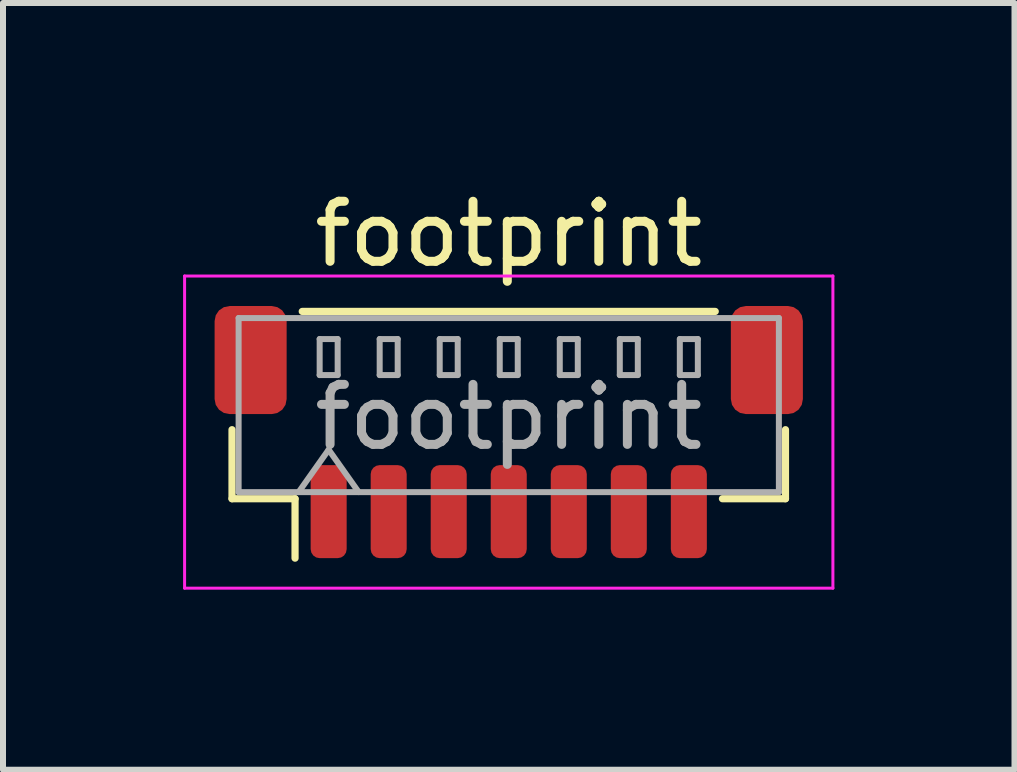
<source format=kicad_pcb>
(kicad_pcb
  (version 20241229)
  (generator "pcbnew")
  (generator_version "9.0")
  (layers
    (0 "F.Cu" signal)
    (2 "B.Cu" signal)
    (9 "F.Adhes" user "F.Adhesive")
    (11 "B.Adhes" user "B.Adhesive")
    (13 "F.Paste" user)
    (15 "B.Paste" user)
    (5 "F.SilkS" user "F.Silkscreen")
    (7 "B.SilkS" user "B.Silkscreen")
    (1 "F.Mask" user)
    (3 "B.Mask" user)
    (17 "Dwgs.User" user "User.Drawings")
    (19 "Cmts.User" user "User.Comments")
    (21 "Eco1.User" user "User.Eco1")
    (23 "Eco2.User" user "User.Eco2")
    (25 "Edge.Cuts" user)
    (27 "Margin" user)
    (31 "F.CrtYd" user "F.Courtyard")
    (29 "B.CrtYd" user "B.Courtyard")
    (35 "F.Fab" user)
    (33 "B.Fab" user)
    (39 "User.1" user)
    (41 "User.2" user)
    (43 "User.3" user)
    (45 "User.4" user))
  (footprint "footprint"
    (layer "F.Cu")
    (at 5.425 4.148)
    (property "Reference" "footprint" (at 0 -3.3 0) (layer "F.SilkS") (effects (font (size 1 1) (thickness 0.15))))
    (attr smd)
    (fp_line (start -4.61 -0.04) (end -4.61 1.11) (stroke (width 0.12) (type solid)) (layer "F.SilkS"))
    (fp_line (start -4.61 1.11) (end -3.56 1.11) (stroke (width 0.12) (type solid)) (layer "F.SilkS"))
    (fp_line (start -3.56 1.11) (end -3.56 2.1) (stroke (width 0.12) (type solid)) (layer "F.SilkS"))
    (fp_line (start -3.44 -2.01) (end 3.44 -2.01) (stroke (width 0.12) (type solid)) (layer "F.SilkS"))
    (fp_line (start 4.61 -0.04) (end 4.61 1.11) (stroke (width 0.12) (type solid)) (layer "F.SilkS"))
    (fp_line (start 4.61 1.11) (end 3.56 1.11) (stroke (width 0.12) (type solid)) (layer "F.SilkS"))
    (fp_line (start -5.4 -2.6) (end -5.4 2.6) (stroke (width 0.05) (type solid)) (layer "F.CrtYd"))
    (fp_line (start -5.4 2.6) (end 5.4 2.6) (stroke (width 0.05) (type solid)) (layer "F.CrtYd"))
    (fp_line (start 5.4 -2.6) (end -5.4 -2.6) (stroke (width 0.05) (type solid)) (layer "F.CrtYd"))
    (fp_line (start 5.4 2.6) (end 5.4 -2.6) (stroke (width 0.05) (type solid)) (layer "F.CrtYd"))
    (fp_line (start -4.5 -1.9) (end 4.5 -1.9) (stroke (width 0.1) (type solid)) (layer "F.Fab"))
    (fp_line (start -4.5 1) (end -4.5 -1.9) (stroke (width 0.1) (type solid)) (layer "F.Fab"))
    (fp_line (start -4.5 1) (end 4.5 1) (stroke (width 0.1) (type solid)) (layer "F.Fab"))
    (fp_line (start -3.5 1) (end -3 0.293) (stroke (width 0.1) (type solid)) (layer "F.Fab"))
    (fp_line (start -3.15 -1.55) (end -3.15 -0.95) (stroke (width 0.1) (type solid)) (layer "F.Fab"))
    (fp_line (start -3.15 -0.95) (end -2.85 -0.95) (stroke (width 0.1) (type solid)) (layer "F.Fab"))
    (fp_line (start -3 0.293) (end -2.5 1) (stroke (width 0.1) (type solid)) (layer "F.Fab"))
    (fp_line (start -2.85 -1.55) (end -3.15 -1.55) (stroke (width 0.1) (type solid)) (layer "F.Fab"))
    (fp_line (start -2.85 -0.95) (end -2.85 -1.55) (stroke (width 0.1) (type solid)) (layer "F.Fab"))
    (fp_line (start -2.15 -1.55) (end -2.15 -0.95) (stroke (width 0.1) (type solid)) (layer "F.Fab"))
    (fp_line (start -2.15 -0.95) (end -1.85 -0.95) (stroke (width 0.1) (type solid)) (layer "F.Fab"))
    (fp_line (start -1.85 -1.55) (end -2.15 -1.55) (stroke (width 0.1) (type solid)) (layer "F.Fab"))
    (fp_line (start -1.85 -0.95) (end -1.85 -1.55) (stroke (width 0.1) (type solid)) (layer "F.Fab"))
    (fp_line (start -1.15 -1.55) (end -1.15 -0.95) (stroke (width 0.1) (type solid)) (layer "F.Fab"))
    (fp_line (start -1.15 -0.95) (end -0.85 -0.95) (stroke (width 0.1) (type solid)) (layer "F.Fab"))
    (fp_line (start -0.85 -1.55) (end -1.15 -1.55) (stroke (width 0.1) (type solid)) (layer "F.Fab"))
    (fp_line (start -0.85 -0.95) (end -0.85 -1.55) (stroke (width 0.1) (type solid)) (layer "F.Fab"))
    (fp_line (start -0.15 -1.55) (end -0.15 -0.95) (stroke (width 0.1) (type solid)) (layer "F.Fab"))
    (fp_line (start -0.15 -0.95) (end 0.15 -0.95) (stroke (width 0.1) (type solid)) (layer "F.Fab"))
    (fp_line (start 0.15 -1.55) (end -0.15 -1.55) (stroke (width 0.1) (type solid)) (layer "F.Fab"))
    (fp_line (start 0.15 -0.95) (end 0.15 -1.55) (stroke (width 0.1) (type solid)) (layer "F.Fab"))
    (fp_line (start 0.85 -1.55) (end 0.85 -0.95) (stroke (width 0.1) (type solid)) (layer "F.Fab"))
    (fp_line (start 0.85 -0.95) (end 1.15 -0.95) (stroke (width 0.1) (type solid)) (layer "F.Fab"))
    (fp_line (start 1.15 -1.55) (end 0.85 -1.55) (stroke (width 0.1) (type solid)) (layer "F.Fab"))
    (fp_line (start 1.15 -0.95) (end 1.15 -1.55) (stroke (width 0.1) (type solid)) (layer "F.Fab"))
    (fp_line (start 1.85 -1.55) (end 1.85 -0.95) (stroke (width 0.1) (type solid)) (layer "F.Fab"))
    (fp_line (start 1.85 -0.95) (end 2.15 -0.95) (stroke (width 0.1) (type solid)) (layer "F.Fab"))
    (fp_line (start 2.15 -1.55) (end 1.85 -1.55) (stroke (width 0.1) (type solid)) (layer "F.Fab"))
    (fp_line (start 2.15 -0.95) (end 2.15 -1.55) (stroke (width 0.1) (type solid)) (layer "F.Fab"))
    (fp_line (start 2.85 -1.55) (end 2.85 -0.95) (stroke (width 0.1) (type solid)) (layer "F.Fab"))
    (fp_line (start 2.85 -0.95) (end 3.15 -0.95) (stroke (width 0.1) (type solid)) (layer "F.Fab"))
    (fp_line (start 3.15 -1.55) (end 2.85 -1.55) (stroke (width 0.1) (type solid)) (layer "F.Fab"))
    (fp_line (start 3.15 -0.95) (end 3.15 -1.55) (stroke (width 0.1) (type solid)) (layer "F.Fab"))
    (fp_line (start 4.5 1) (end 4.5 -1.9) (stroke (width 0.1) (type solid)) (layer "F.Fab"))
    (fp_text user "${REFERENCE}" (at 0 -0.25 0) (layer "F.Fab") (effects (font (size 1 1) (thickness 0.15))))
    (pad "1" smd roundrect (at -3 1.325) (size 0.6 1.55) (layers "F.Cu" "F.Mask" "F.Paste") (roundrect_rratio 0.25))
    (pad "2" smd roundrect (at -2 1.325) (size 0.6 1.55) (layers "F.Cu" "F.Mask" "F.Paste") (roundrect_rratio 0.25))
    (pad "3" smd roundrect (at -1 1.325) (size 0.6 1.55) (layers "F.Cu" "F.Mask" "F.Paste") (roundrect_rratio 0.25))
    (pad "4" smd roundrect (at 0 1.325) (size 0.6 1.55) (layers "F.Cu" "F.Mask" "F.Paste") (roundrect_rratio 0.25))
    (pad "5" smd roundrect (at 1 1.325) (size 0.6 1.55) (layers "F.Cu" "F.Mask" "F.Paste") (roundrect_rratio 0.25))
    (pad "6" smd roundrect (at 2 1.325) (size 0.6 1.55) (layers "F.Cu" "F.Mask" "F.Paste") (roundrect_rratio 0.25))
    (pad "7" smd roundrect (at 3 1.325) (size 0.6 1.55) (layers "F.Cu" "F.Mask" "F.Paste") (roundrect_rratio 0.25))
    (pad "MP" smd roundrect (at -4.3 -1.2) (size 1.2 1.8) (layers "F.Cu" "F.Mask" "F.Paste") (roundrect_rratio 0.208))
    (pad "MP" smd roundrect (at 4.3 -1.2) (size 1.2 1.8) (layers "F.Cu" "F.Mask" "F.Paste") (roundrect_rratio 0.208)))
  (gr_rect
    (start -3 -3)
    (end 13.85 9.773)
    (stroke (width 0.1) (type default))
    (fill no)
    (layer "Edge.Cuts")))
</source>
